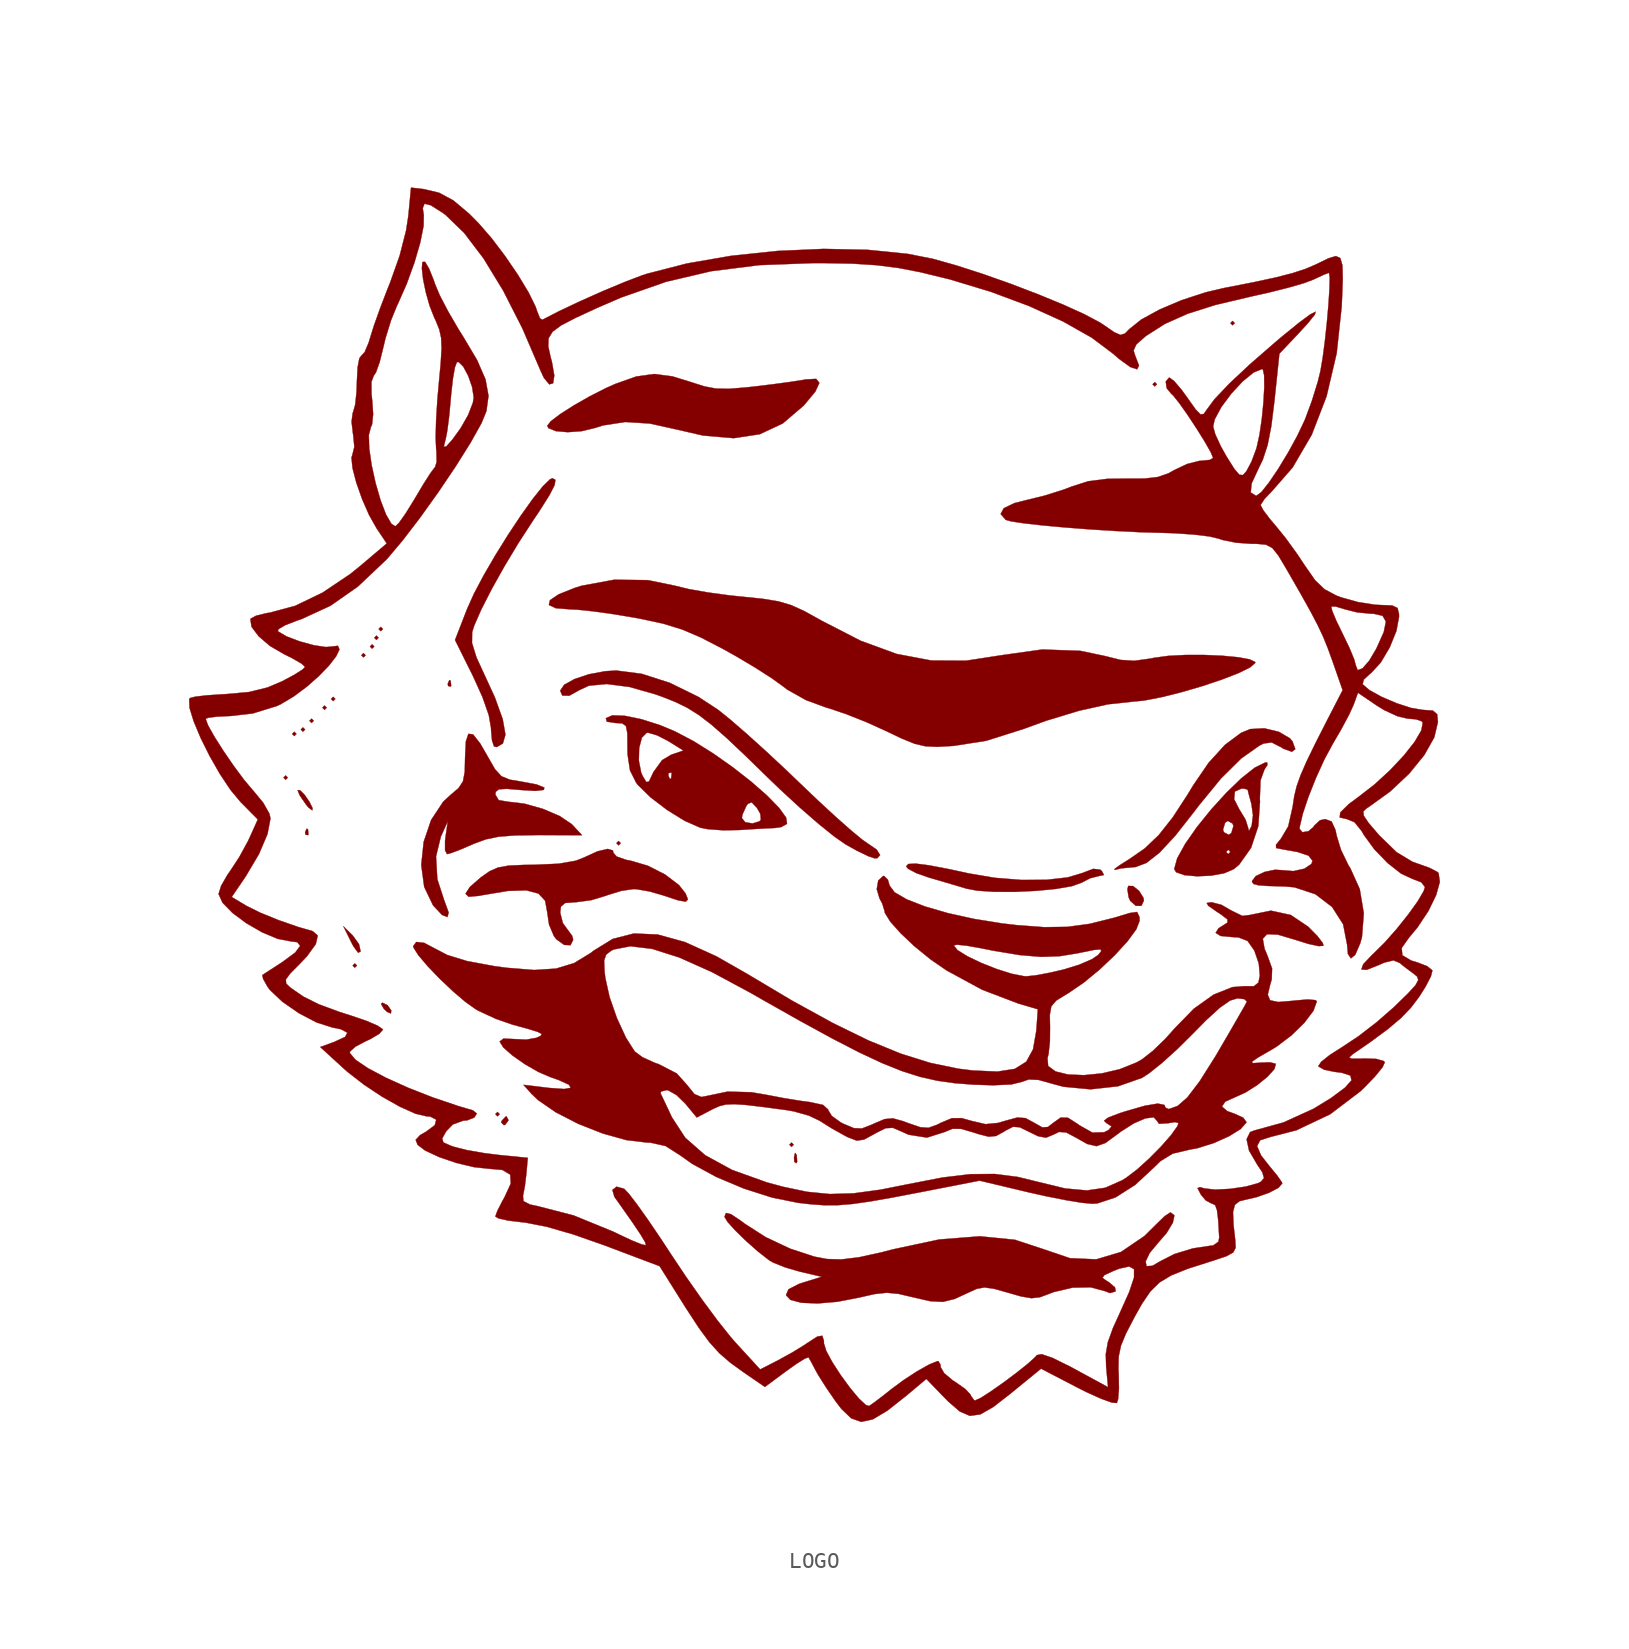
<source format=kicad_sym>
(kicad_symbol_lib
  (version 20220914)
  (generator "bitmap2component")
  (generator_version "8.0")
  (symbol "LOGO"
    (pin_names
      (offset 1.016))
    (property "Reference" "#G"
      (at 0 39.513 0)
      (effects (font (size 1.27 1.27)) hide))
    (symbol "LOGO_0_0"
      (polyline (pts (xy 2.244 -38.328) (xy 3.157 -37.783) (xy 4.347 -36.843) (xy 5.587 -35.802) (xy 6.643 -36.894) (xy 6.951 -37.208) (xy 7.678 -37.837) (xy 8.308 -38.109) (xy 8.964 -38.018) (xy 9.767 -37.56) (xy 10.838 -36.729) (xy 12.758 -35.161) (xy 15.023 -36.338) (xy 15.591 -36.624) (xy 16.507 -37.038) (xy 17.179 -37.28) (xy 17.493 -37.307) (xy 17.572 -37.066) (xy 17.624 -36.404) (xy 17.608 -35.513) (xy 17.592 -35.175) (xy 17.607 -34.407) (xy 17.749 -33.727) (xy 18.071 -32.949) (xy 18.624 -31.888) (xy 19.062 -31.11) (xy 19.587 -30.337) (xy 20.163 -29.77) (xy 20.907 -29.325) (xy 21.937 -28.914) (xy 23.373 -28.454) (xy 23.51 -28.412) (xy 24.336 -28.136) (xy 24.768 -27.899) (xy 24.917 -27.604) (xy 24.896 -27.157) (xy 24.782 -26.148) (xy 24.753 -25.369) (xy 24.869 -24.922) (xy 25.164 -24.693) (xy 25.67 -24.571) (xy 26.217 -24.446) (xy 27.001 -24.17) (xy 27.596 -23.857) (xy 27.832 -23.583) (xy 27.797 -23.496) (xy 27.507 -23.082) (xy 27.021 -22.491) (xy 26.506 -21.833) (xy 26.257 -21.252) (xy 26.45 -20.887) (xy 27.089 -20.681) (xy 28.71 -20.264) (xy 30.818 -19.266) (xy 32.715 -17.828) (xy 32.954 -17.599) (xy 33.641 -16.888) (xy 34.099 -16.324) (xy 34.239 -16.014) (xy 34.172 -15.937) (xy 33.702 -15.802) (xy 32.946 -15.778) (xy 32.736 -15.788) (xy 32.15 -15.789) (xy 32.013 -15.703) (xy 32.251 -15.498) (xy 33.308 -14.769) (xy 34.431 -13.941) (xy 35.256 -13.244) (xy 35.879 -12.594) (xy 36.397 -11.907) (xy 36.786 -11.29) (xy 37.12 -10.643) (xy 37.212 -10.28) (xy 37.208 -10.269) (xy 36.884 -10.006) (xy 36.271 -9.772) (xy 35.888 -9.656) (xy 35.335 -9.325) (xy 35.293 -8.873) (xy 35.739 -8.24) (xy 36.282 -7.587) (xy 36.963 -6.561) (xy 37.446 -5.571) (xy 37.677 -4.74) (xy 37.598 -4.188) (xy 37.52 -4.115) (xy 37.03 -3.861) (xy 36.297 -3.601) (xy 35.973 -3.487) (xy 34.974 -2.884) (xy 33.903 -1.845) (xy 33.859 -1.795) (xy 33.227 -1.057) (xy 32.922 -0.603) (xy 32.896 -0.332) (xy 33.101 -0.142) (xy 33.227 -0.065) (xy 34.57 0.903) (xy 35.756 2.017) (xy 36.704 3.179) (xy 37.332 4.291) (xy 37.559 5.254) (xy 37.51 5.736) (xy 37.246 5.962) (xy 36.605 6.009) (xy 36.596 6.009) (xy 35.885 6.128) (xy 34.974 6.425) (xy 34.044 6.823) (xy 33.277 7.245) (xy 32.852 7.612) (xy 32.928 7.905) (xy 33.343 8.286) (xy 33.394 8.322) (xy 33.987 8.967) (xy 34.547 9.913) (xy 34.964 10.94) (xy 35.128 11.83) (xy 35.125 12.004) (xy 35.033 12.378) (xy 34.701 12.533) (xy 33.979 12.562) (xy 33.62 12.579) (xy 32.553 12.748) (xy 31.514 13.038) (xy 31.222 13.149) (xy 30.479 13.541) (xy 29.882 14.111) (xy 29.249 15.019) (xy 28.788 15.715) (xy 28.051 16.733) (xy 27.391 17.549) (xy 27.073 17.921) (xy 26.648 18.481) (xy 26.481 18.798) (xy 26.486 18.831) (xy 26.721 19.188) (xy 27.195 19.685) (xy 28.48 21.157) (xy 29.672 23.198) (xy 30.599 25.601) (xy 31.231 28.294) (xy 31.543 31.204) (xy 31.562 31.616) (xy 31.611 32.931) (xy 31.59 33.783) (xy 31.459 34.24) (xy 31.184 34.368) (xy 30.727 34.233) (xy 30.05 33.903) (xy 29.939 33.848) (xy 29.281 33.566) (xy 28.472 33.302) (xy 27.417 33.031) (xy 26.02 32.73) (xy 24.184 32.371) (xy 23.04 32.102) (xy 21.549 31.615) (xy 20.161 31.027) (xy 19.018 30.401) (xy 18.265 29.798) (xy 18.001 29.53) (xy 17.726 29.438) (xy 17.332 29.609) (xy 16.66 30.072) (xy 16.421 30.227) (xy 15.465 30.734) (xy 14.144 31.333) (xy 12.57 31.981) (xy 10.856 32.636) (xy 9.113 33.252) (xy 7.453 33.787) (xy 5.99 34.198) (xy 4.414 34.508) (xy 1.925 34.759) (xy -0.832 34.817) (xy -3.725 34.689) (xy -6.619 34.383) (xy -9.382 33.904) (xy -11.878 33.261) (xy -12.185 33.159) (xy -13.284 32.741) (xy -14.628 32.179) (xy -16.045 31.548) (xy -17.363 30.926) (xy -18.41 30.387) (xy -18.559 30.48) (xy -18.739 30.931) (xy -18.835 31.217) (xy -19.267 32.092) (xy -19.927 33.184) (xy -20.726 34.357) (xy -21.576 35.479) (xy -22.386 36.414) (xy -22.987 37.02) (xy -23.968 37.844) (xy -24.864 38.327) (xy -25.805 38.55) (xy -26.616 38.646) (xy -26.785 36.871) (xy -26.923 35.968) (xy -27.328 34.388) (xy -27.914 32.738) (xy -28.087 32.307) (xy -28.547 31.107) (xy -28.933 30.027) (xy -29.174 29.256) (xy -29.26 28.967) (xy -29.511 28.369) (xy -29.734 28.131) (xy -29.847 27.974) (xy -29.955 27.404) (xy -29.998 26.561) (xy -30.02 25.89) (xy -30.105 25.085) (xy -30.233 24.621) (xy -30.26 24.569) (xy -30.332 24.015) (xy -30.244 23.265) (xy -30.231 23.203) (xy -30.159 22.446) (xy -30.276 21.971) (xy -30.337 21.768) (xy -30.272 21.119) (xy -30.036 20.211) (xy -29.675 19.185) (xy -29.238 18.186) (xy -28.769 17.356) (xy -28.133 16.409) (xy -29.806 14.99) (xy -30.411 14.501) (xy -32.148 13.334) (xy -33.86 12.509) (xy -35.423 12.088) (xy -35.638 12.055) (xy -36.297 11.894) (xy -36.632 11.715) (xy -36.654 11.669) (xy -36.583 11.201) (xy -36.142 10.61) (xy -35.433 10.004) (xy -34.555 9.491) (xy -34.038 9.236) (xy -33.461 8.901) (xy -33.236 8.693) (xy -33.387 8.536) (xy -33.91 8.203) (xy -34.677 7.794) (xy -35.581 7.41) (xy -36.748 7.123) (xy -38.197 6.993) (xy -38.407 6.983) (xy -39.382 6.917) (xy -40.105 6.833) (xy -40.431 6.748) (xy -40.48 6.662) (xy -40.456 6.13) (xy -40.246 5.446) (xy -39.45 5.446) (xy -39.293 5.516) (xy -38.727 5.588) (xy -37.89 5.627) (xy -36.507 5.784) (xy -34.986 6.254) (xy -34.761 6.361) (xy -33.942 6.849) (xy -33.126 7.458) (xy -32.373 8.123) (xy -31.742 8.777) (xy -31.294 9.354) (xy -31.088 9.787) (xy -31.184 10.012) (xy -31.641 9.96) (xy -31.936 9.935) (xy -32.681 10.045) (xy -33.572 10.288) (xy -34.396 10.601) (xy -34.942 10.924) (xy -34.896 11.056) (xy -34.465 11.308) (xy -33.726 11.593) (xy -33.443 11.689) (xy -31.65 12.515) (xy -29.936 13.715) (xy -28.191 15.365) (xy -28.054 15.511) (xy -27.125 16.614) (xy -26.045 18.026) (xy -24.914 19.606) (xy -23.832 21.212) (xy -22.897 22.701) (xy -22.209 23.932) (xy -21.905 24.678) (xy -21.774 25.63) (xy -21.96 26.659) (xy -22.486 27.869) (xy -23.372 29.36) (xy -23.656 29.811) (xy -24.299 30.915) (xy -24.819 31.914) (xy -25.123 32.638) (xy -25.201 32.873) (xy -25.487 33.583) (xy -25.736 34.003) (xy -25.742 34.009) (xy -25.906 33.999) (xy -25.938 33.593) (xy -25.86 32.917) (xy -25.691 32.098) (xy -25.453 31.259) (xy -25.166 30.527) (xy -25.063 30.31) (xy -24.849 29.78) (xy -24.734 29.255) (xy -24.707 28.597) (xy -24.761 27.671) (xy -24.886 26.339) (xy -24.969 25.395) (xy -25.048 24.106) (xy -25.077 23.029) (xy -25.052 22.449) (xy -24.572 22.449) (xy -24.471 22.861) (xy -24.454 22.912) (xy -24.346 23.475) (xy -24.23 24.384) (xy -24.131 25.465) (xy -24.11 25.714) (xy -24 26.699) (xy -23.872 27.421) (xy -23.75 27.74) (xy -23.643 27.748) (xy -23.349 27.458) (xy -23.041 26.88) (xy -22.797 26.182) (xy -22.698 25.531) (xy -22.75 25.204) (xy -23.048 24.433) (xy -23.521 23.606) (xy -24.025 22.907) (xy -24.413 22.472) (xy -24.572 22.449) (xy -25.052 22.449) (xy -25.047 22.329) (xy -25.027 22.15) (xy -25.015 21.503) (xy -25.114 21.176) (xy -25.135 21.16) (xy -25.396 20.813) (xy -25.828 20.139) (xy -26.35 19.264) (xy -26.446 19.101) (xy -26.957 18.278) (xy -27.367 17.699) (xy -27.595 17.48) (xy -27.837 17.632) (xy -28.177 18.212) (xy -28.518 19.104) (xy -28.829 20.178) (xy -29.077 21.304) (xy -29.229 22.35) (xy -29.255 23.187) (xy -29.122 23.685) (xy -29.051 23.843) (xy -28.983 24.483) (xy -29.043 25.362) (xy -29.084 25.722) (xy -29.092 26.502) (xy -28.952 26.877) (xy -28.805 27.101) (xy -28.576 27.74) (xy -28.359 28.614) (xy -28.213 29.228) (xy -27.866 30.354) (xy -27.493 31.267) (xy -27.434 31.386) (xy -26.882 32.64) (xy -26.403 33.961) (xy -26.039 35.211) (xy -25.831 36.25) (xy -25.82 36.939) (xy -25.883 37.358) (xy -25.776 37.64) (xy -25.382 37.544) (xy -24.644 37.076) (xy -24.458 36.938) (xy -23.297 35.816) (xy -22.086 34.222) (xy -20.861 32.215) (xy -19.659 29.854) (xy -18.516 27.195) (xy -18.312 26.755) (xy -17.976 26.352) (xy -17.739 26.418) (xy -17.663 26.903) (xy -17.811 27.757) (xy -17.896 28.07) (xy -18.041 28.733) (xy -18.021 29.23) (xy -17.77 29.641) (xy -17.224 30.043) (xy -16.315 30.514) (xy -14.98 31.131) (xy -13.48 31.779) (xy -10.679 32.76) (xy -7.85 33.424) (xy -4.838 33.803) (xy -1.486 33.929) (xy -0.833 33.929) (xy 0.989 33.895) (xy 2.492 33.798) (xy 3.844 33.625) (xy 5.213 33.361) (xy 7.073 32.907) (xy 9.618 32.137) (xy 12.005 31.247) (xy 14.138 30.278) (xy 15.923 29.269) (xy 17.265 28.262) (xy 17.628 27.944) (xy 18.332 27.434) (xy 18.761 27.293) (xy 18.878 27.526) (xy 18.643 28.134) (xy 18.54 28.464) (xy 18.706 28.842) (xy 19.266 29.337) (xy 19.337 29.391) (xy 20.497 30.13) (xy 21.905 30.759) (xy 23.658 31.315) (xy 25.854 31.834) (xy 26.985 32.087) (xy 28.21 32.395) (xy 29.193 32.68) (xy 29.789 32.903) (xy 29.866 32.941) (xy 30.441 33.21) (xy 30.748 33.32) (xy 30.756 33.318) (xy 30.797 33.02) (xy 30.78 32.319) (xy 30.717 31.34) (xy 30.618 30.211) (xy 30.494 29.057) (xy 30.355 28.003) (xy 30.214 27.175) (xy 30.048 26.504) (xy 29.681 25.319) (xy 29.261 24.186) (xy 29.22 24.087) (xy 28.761 23.122) (xy 28.19 22.08) (xy 27.579 21.073) (xy 26.998 20.214) (xy 26.52 19.616) (xy 26.216 19.391) (xy 26.181 19.392) (xy 25.859 19.594) (xy 25.916 20.16) (xy 26.352 21.102) (xy 26.618 21.65) (xy 26.913 22.55) (xy 27.143 23.72) (xy 27.34 25.297) (xy 27.65 28.268) (xy 28.822 29.506) (xy 29.433 30.172) (xy 29.869 30.713) (xy 29.914 30.895) (xy 29.574 30.721) (xy 28.859 30.191) (xy 27.775 29.308) (xy 27.421 29.009) (xy 25.8 27.597) (xy 24.513 26.39) (xy 23.595 25.423) (xy 23.084 24.733) (xy 22.93 24.504) (xy 22.727 24.473) (xy 22.423 24.779) (xy 21.922 25.485) (xy 21.534 26.02) (xy 21.075 26.558) (xy 20.793 26.766) (xy 20.744 26.761) (xy 20.549 26.525) (xy 20.61 26.107) (xy 20.901 25.755) (xy 21.017 25.65) (xy 21.403 25.165) (xy 21.921 24.43) (xy 22.387 23.724) (xy 23.509 23.724) (xy 23.613 24.17) (xy 24.027 24.938) (xy 24.648 25.772) (xy 25.358 26.537) (xy 26.041 27.095) (xy 26.58 27.312) (xy 26.617 27.291) (xy 26.698 26.919) (xy 26.707 26.184) (xy 26.654 25.225) (xy 26.55 24.179) (xy 26.403 23.186) (xy 26.225 22.383) (xy 26.205 22.317) (xy 25.907 21.519) (xy 25.583 20.913) (xy 25.371 20.682) (xy 25.151 20.7) (xy 24.846 21.056) (xy 24.364 21.817) (xy 23.997 22.47) (xy 23.645 23.23) (xy 23.509 23.724) (xy 22.387 23.724) (xy 22.48 23.583) (xy 22.991 22.762) (xy 23.364 22.105) (xy 23.509 21.752) (xy 23.305 21.631) (xy 22.765 21.575) (xy 22.648 21.569) (xy 21.882 21.375) (xy 21.081 20.994) (xy 20.713 20.79) (xy 20.067 20.565) (xy 19.237 20.465) (xy 18.048 20.46) (xy 16.895 20.448) (xy 15.705 20.297) (xy 14.666 19.964) (xy 14.154 19.769) (xy 12.973 19.397) (xy 11.822 19.115) (xy 11.098 18.932) (xy 10.425 18.611) (xy 10.232 18.251) (xy 10.548 17.883) (xy 10.889 17.788) (xy 11.693 17.667) (xy 12.845 17.538) (xy 14.243 17.41) (xy 15.785 17.291) (xy 17.371 17.189) (xy 18.898 17.114) (xy 20.266 17.074) (xy 21.099 17.048) (xy 22.302 16.965) (xy 23.276 16.847) (xy 23.864 16.707) (xy 24.084 16.63) (xy 24.945 16.456) (xy 25.901 16.387) (xy 26.241 16.385) (xy 26.812 16.332) (xy 27.211 16.123) (xy 27.587 15.653) (xy 28.086 14.817) (xy 28.15 14.707) (xy 28.985 13.253) (xy 29.422 12.47) (xy 30.892 12.47) (xy 31.173 12.466) (xy 31.73 12.298) (xy 32.5 12.103) (xy 33.389 12.017) (xy 33.546 12.014) (xy 34.102 11.888) (xy 34.308 11.529) (xy 34.173 10.868) (xy 33.709 9.835) (xy 33.264 9.082) (xy 32.846 8.604) (xy 32.543 8.488) (xy 32.425 8.793) (xy 32.324 9.169) (xy 32.028 9.886) (xy 31.605 10.763) (xy 31.212 11.571) (xy 30.952 12.192) (xy 30.892 12.47) (xy 29.422 12.47) (xy 29.6 12.151) (xy 30.051 11.291) (xy 30.392 10.564) (xy 30.678 9.859) (xy 30.965 9.067) (xy 31.603 7.238) (xy 30.898 5.872) (xy 30.652 5.396) (xy 29.896 3.909) (xy 29.349 2.783) (xy 28.974 1.923) (xy 28.73 1.235) (xy 28.581 0.625) (xy 28.486 0) (xy 28.479 -0.054) (xy 28.203 -1.273) (xy 27.753 -2.033) (xy 27.437 -2.425) (xy 27.449 -2.625) (xy 27.497 -2.636) (xy 27.986 -2.731) (xy 28.71 -2.858) (xy 28.787 -2.872) (xy 29.471 -3.101) (xy 29.723 -3.421) (xy 29.653 -3.619) (xy 29.211 -3.917) (xy 28.528 -4.067) (xy 27.8 -4.009) (xy 27.381 -3.982) (xy 26.727 -4.117) (xy 26.174 -4.379) (xy 25.94 -4.687) (xy 25.943 -4.733) (xy 26.03 -4.869) (xy 26.325 -4.95) (xy 26.937 -4.996) (xy 27.979 -5.025) (xy 28.585 -5.078) (xy 29.898 -5.51) (xy 30.943 -6.307) (xy 31.634 -7.388) (xy 31.884 -8.671) (xy 31.934 -9.245) (xy 32.119 -9.524) (xy 32.392 -9.298) (xy 32.706 -8.571) (xy 32.812 -8.184) (xy 32.926 -6.704) (xy 32.674 -5.194) (xy 32.09 -3.897) (xy 31.959 -3.687) (xy 31.5 -2.74) (xy 31.227 -1.844) (xy 31.151 -1.48) (xy 30.911 -0.964) (xy 30.513 -0.819) (xy 30.188 -0.889) (xy 29.821 -1.229) (xy 29.782 -1.309) (xy 29.46 -1.577) (xy 29.09 -1.637) (xy 28.915 -1.434) (xy 28.926 -1.282) (xy 29.109 -0.494) (xy 29.467 0.573) (xy 29.939 1.761) (xy 30.463 2.911) (xy 30.977 3.865) (xy 30.986 3.88) (xy 31.545 4.842) (xy 32.013 5.721) (xy 32.29 6.33) (xy 32.561 7.079) (xy 33.75 6.271) (xy 34.196 5.997) (xy 35.022 5.613) (xy 35.664 5.462) (xy 36.187 5.419) (xy 36.558 5.291) (xy 36.61 5.201) (xy 36.52 4.723) (xy 36.103 4.013) (xy 35.428 3.157) (xy 34.566 2.239) (xy 33.589 1.342) (xy 32.568 0.551) (xy 31.994 0.127) (xy 31.457 -0.399) (xy 31.418 -0.714) (xy 31.878 -0.819) (xy 32.342 -1.01) (xy 32.797 -1.571) (xy 32.928 -1.806) (xy 33.587 -2.708) (xy 34.411 -3.56) (xy 35.252 -4.221) (xy 35.962 -4.552) (xy 36.515 -4.766) (xy 36.749 -5.062) (xy 36.669 -5.316) (xy 36.299 -5.946) (xy 35.709 -6.769) (xy 34.993 -7.666) (xy 34.243 -8.517) (xy 33.553 -9.201) (xy 33.45 -9.294) (xy 32.888 -9.889) (xy 32.774 -10.212) (xy 33.098 -10.239) (xy 33.85 -9.943) (xy 34.211 -9.782) (xy 34.783 -9.645) (xy 35.167 -9.805) (xy 35.473 -10.055) (xy 36.059 -10.492) (xy 36.26 -10.657) (xy 36.33 -10.873) (xy 36.161 -11.191) (xy 35.699 -11.699) (xy 34.892 -12.487) (xy 34.788 -12.586) (xy 33.735 -13.505) (xy 32.595 -14.385) (xy 31.6 -15.046) (xy 31.577 -15.06) (xy 30.794 -15.561) (xy 30.258 -15.989) (xy 30.085 -16.251) (xy 30.098 -16.278) (xy 30.451 -16.481) (xy 31.095 -16.611) (xy 31.552 -16.669) (xy 32.089 -16.845) (xy 32.159 -17.139) (xy 31.756 -17.594) (xy 30.875 -18.251) (xy 29.785 -18.918) (xy 27.907 -19.773) (xy 26.076 -20.277) (xy 25.821 -20.377) (xy 25.602 -20.823) (xy 25.754 -21.531) (xy 26.27 -22.419) (xy 26.582 -22.883) (xy 26.691 -23.25) (xy 26.487 -23.484) (xy 26.306 -23.573) (xy 25.546 -23.782) (xy 24.575 -23.924) (xy 23.636 -23.972) (xy 22.967 -23.898) (xy 22.693 -23.819) (xy 22.534 -23.879) (xy 22.746 -24.284) (xy 23.046 -24.645) (xy 23.438 -24.854) (xy 23.458 -24.854) (xy 23.635 -24.94) (xy 23.751 -25.25) (xy 23.829 -25.891) (xy 23.891 -26.971) (xy 23.84 -27.228) (xy 23.509 -27.463) (xy 23.416 -27.468) (xy 22.248 -27.644) (xy 21.09 -27.997) (xy 20.206 -28.447) (xy 19.714 -28.734) (xy 19.349 -28.757) (xy 19.291 -28.463) (xy 19.545 -27.932) (xy 20.117 -27.244) (xy 20.608 -26.677) (xy 20.993 -26.04) (xy 21.089 -25.578) (xy 20.853 -25.4) (xy 20.821 -25.405) (xy 20.467 -25.642) (xy 19.975 -26.121) (xy 19.22 -26.869) (xy 17.752 -27.868) (xy 16.208 -28.329) (xy 14.565 -28.257) (xy 12.801 -27.659) (xy 11.122 -27.106) (xy 8.934 -26.889) (xy 6.398 -27.087) (xy 3.513 -27.702) (xy 2.797 -27.888) (xy 1.371 -28.201) (xy 0.271 -28.335) (xy -0.628 -28.308) (xy -1.413 -28.159) (xy -2.924 -27.661) (xy -4.452 -26.941) (xy -5.764 -26.1) (xy -5.99 -25.928) (xy -6.614 -25.51) (xy -6.935 -25.433) (xy -7.026 -25.674) (xy -6.838 -25.986) (xy -6.348 -26.529) (xy -5.672 -27.187) (xy -4.928 -27.844) (xy -4.236 -28.386) (xy -3.984 -28.53) (xy -3.223 -28.835) (xy -2.315 -29.098) (xy -0.946 -29.418) (xy -2.105 -29.777) (xy -2.389 -29.872) (xy -3.029 -30.203) (xy -3.184 -30.568) (xy -2.912 -30.859) (xy -2.212 -31.044) (xy -1.196 -31.085) (xy 0.031 -30.98) (xy 1.358 -30.724) (xy 2.351 -30.499) (xy 3.116 -30.416) (xy 3.849 -30.486) (xy 4.796 -30.708) (xy 5.835 -30.945) (xy 6.618 -30.987) (xy 7.357 -30.805) (xy 8.287 -30.376) (xy 8.739 -30.172) (xy 9.214 -30.084) (xy 9.809 -30.166) (xy 10.719 -30.421) (xy 11.497 -30.644) (xy 12.155 -30.757) (xy 12.685 -30.698) (xy 13.299 -30.471) (xy 13.557 -30.371) (xy 14.726 -30.098) (xy 15.865 -30.077) (xy 16.755 -30.317) (xy 17.07 -30.438) (xy 17.42 -30.331) (xy 17.377 -30.08) (xy 16.987 -29.75) (xy 16.881 -29.692) (xy 16.595 -29.488) (xy 16.711 -29.315) (xy 17.278 -29.055) (xy 17.654 -28.907) (xy 18.267 -28.774) (xy 18.569 -28.946) (xy 18.567 -29.463) (xy 18.267 -30.365) (xy 17.674 -31.689) (xy 17.25 -32.621) (xy 16.93 -33.51) (xy 16.803 -34.251) (xy 16.823 -35.024) (xy 16.943 -36.318) (xy 14.815 -35.161) (xy 14.554 -35.021) (xy 13.472 -34.487) (xy 12.794 -34.256) (xy 12.49 -34.317) (xy 12.39 -34.438) (xy 11.92 -34.862) (xy 11.213 -35.426) (xy 10.4 -36.033) (xy 9.614 -36.586) (xy 8.986 -36.989) (xy 8.646 -37.144) (xy 8.576 -37.134) (xy 8.377 -36.862) (xy 8.354 -36.788) (xy 8.026 -36.434) (xy 7.431 -36.016) (xy 7.233 -35.889) (xy 6.699 -35.438) (xy 6.485 -35.069) (xy 6.471 -34.907) (xy 6.337 -34.686) (xy 6.281 -34.692) (xy 5.776 -34.895) (xy 5.022 -35.318) (xy 4.172 -35.87) (xy 3.378 -36.459) (xy 2.99 -36.769) (xy 2.376 -37.239) (xy 2.011 -37.495) (xy 1.809 -37.432) (xy 1.373 -37.025) (xy 0.821 -36.362) (xy 0.238 -35.566) (xy -0.286 -34.756) (xy -0.665 -34.055) (xy -0.811 -33.584) (xy -0.815 -33.407) (xy -0.916 -33.103) (xy -1.227 -33.154) (xy -1.85 -33.558) (xy -2.024 -33.677) (xy -2.814 -34.162) (xy -3.682 -34.639) (xy -4.797 -35.209) (xy -6.35 -33.514) (xy -6.652 -33.168) (xy -7.455 -32.158) (xy -8.405 -30.875) (xy -9.408 -29.448) (xy -10.37 -28.006) (xy -10.961 -27.104) (xy -11.771 -25.908) (xy -12.47 -24.923) (xy -12.998 -24.233) (xy -13.295 -23.919) (xy -13.77 -23.788) (xy -14.031 -23.991) (xy -13.906 -24.425) (xy -13.627 -24.816) (xy -12.799 -25.992) (xy -12.261 -26.794) (xy -11.983 -27.264) (xy -11.937 -27.451) (xy -12.205 -27.394) (xy -12.822 -27.144) (xy -13.652 -26.755) (xy -13.977 -26.597) (xy -16.456 -25.584) (xy -18.726 -24.998) (xy -19.174 -24.904) (xy -19.586 -24.694) (xy -19.62 -24.361) (xy -19.614 -24.34) (xy -19.498 -23.732) (xy -19.404 -22.942) (xy -19.32 -21.986) (xy -21.138 -21.804) (xy -22.063 -21.688) (xy -23.125 -21.502) (xy -23.902 -21.307) (xy -24.108 -21.238) (xy -24.594 -21.025) (xy -24.669 -20.775) (xy -24.417 -20.328) (xy -24.003 -19.899) (xy -23.358 -19.665) (xy -23.095 -19.64) (xy -22.657 -19.463) (xy -22.504 -19.215) (xy -22.748 -19.017) (xy -23.651 -18.753) (xy -25.261 -18.208) (xy -26.799 -17.605) (xy -28.176 -16.983) (xy -29.302 -16.386) (xy -30.088 -15.855) (xy -30.443 -15.431) (xy -30.426 -15.34) (xy -30.087 -15.035) (xy -29.45 -14.7) (xy -29.168 -14.571) (xy -28.599 -14.235) (xy -28.372 -13.976) (xy -28.381 -13.948) (xy -28.703 -13.726) (xy -29.396 -13.428) (xy -30.331 -13.108) (xy -31.113 -12.859) (xy -32.379 -12.39) (xy -33.342 -11.91) (xy -34.155 -11.348) (xy -34.419 -11.097) (xy -34.44 -10.844) (xy -34.166 -10.467) (xy -33.547 -9.841) (xy -33.117 -9.39) (xy -32.568 -8.632) (xy -32.445 -8.096) (xy -32.763 -7.818) (xy -33.664 -7.559) (xy -34.896 -7.13) (xy -36.044 -6.663) (xy -36.889 -6.243) (xy -37.822 -5.686) (xy -37 -4.479) (xy -36.935 -4.382) (xy -36.115 -2.997) (xy -35.586 -1.754) (xy -35.398 -0.77) (xy -35.47 -0.468) (xy -35.852 0.206) (xy -36.462 0.946) (xy -36.511 0.997) (xy -37.058 1.65) (xy -37.695 2.507) (xy -38.337 3.443) (xy -38.9 4.329) (xy -39.299 5.04) (xy -39.45 5.446) (xy -40.246 5.446) (xy -40.198 5.289) (xy -39.761 4.248) (xy -39.197 3.115) (xy -38.559 1.999) (xy -37.9 1.01) (xy -37.273 0.256) (xy -36.191 -0.837) (xy -36.71 -1.989) (xy -36.809 -2.199) (xy -37.354 -3.198) (xy -37.935 -4.082) (xy -38.095 -4.308) (xy -38.485 -4.99) (xy -38.641 -5.491) (xy -38.64 -5.505) (xy -38.393 -6.048) (xy -37.77 -6.684) (xy -36.901 -7.328) (xy -35.916 -7.896) (xy -34.944 -8.302) (xy -34.114 -8.461) (xy -33.728 -8.507) (xy -33.542 -8.739) (xy -33.853 -9.156) (xy -34.655 -9.749) (xy -35.067 -10.016) (xy -35.639 -10.387) (xy -35.907 -10.563) (xy -35.86 -10.799) (xy -35.588 -11.288) (xy -35.433 -11.497) (xy -34.658 -12.23) (xy -33.622 -12.948) (xy -32.523 -13.524) (xy -31.56 -13.833) (xy -30.992 -13.953) (xy -30.595 -14.166) (xy -30.735 -14.427) (xy -31.412 -14.741) (xy -32.291 -15.06) (xy -30.809 -16.417) (xy -30.595 -16.607) (xy -29.571 -17.405) (xy -28.432 -18.16) (xy -27.308 -18.793) (xy -26.335 -19.229) (xy -25.643 -19.391) (xy -25.413 -19.406) (xy -25.041 -19.6) (xy -25.131 -19.946) (xy -25.68 -20.353) (xy -26.05 -20.565) (xy -26.325 -20.862) (xy -26.205 -21.173) (xy -25.734 -21.53) (xy -24.857 -21.94) (xy -23.78 -22.305) (xy -22.68 -22.568) (xy -21.734 -22.669) (xy -20.911 -22.742) (xy -20.417 -23.033) (xy -20.381 -23.59) (xy -20.778 -24.457) (xy -20.904 -24.678) (xy -21.22 -25.296) (xy -21.347 -25.651) (xy -21.143 -25.773) (xy -20.533 -25.908) (xy -19.658 -26.013) (xy -19.457 -26.034) (xy -18.148 -26.289) (xy -16.473 -26.772) (xy -14.525 -27.455) (xy -11.082 -28.755) (xy -9.692 -30.969) (xy -9.433 -31.381) (xy -8.632 -32.607) (xy -7.971 -33.506) (xy -7.351 -34.192) (xy -6.671 -34.782) (xy -5.83 -35.389) (xy -4.5 -36.302) (xy -3.183 -35.325) (xy -2.571 -34.889) (xy -2.024 -34.542) (xy -1.78 -34.449) (xy -1.63 -34.7) (xy -1.351 -35.232) (xy -1.145 -35.598) (xy -0.655 -36.37) (xy -0.075 -37.212) (xy 0.274 -37.669) (xy 0.891 -38.264) (xy 1.518 -38.486) (xy 2.244 -38.328)) (stroke (width 0.01) (type default)) (fill (type outline)))
      (polyline (pts (xy 0.041 -24.946) (xy 0.958 -24.871) (xy 2.072 -24.713) (xy 3.495 -24.462) (xy 5.336 -24.11) (xy 8.915 -23.411) (xy 11.956 -24.135) (xy 13.033 -24.377) (xy 14.283 -24.626) (xy 15.314 -24.794) (xy 15.972 -24.856) (xy 16.276 -24.834) (xy 17.409 -24.461) (xy 18.639 -23.677) (xy 19.861 -22.544) (xy 20.217 -22.193) (xy 20.986 -21.721) (xy 22.022 -21.478) (xy 22.568 -21.372) (xy 23.568 -21.056) (xy 24.509 -20.634) (xy 25.235 -20.183) (xy 25.59 -19.775) (xy 25.595 -19.752) (xy 25.393 -19.477) (xy 24.848 -19.229) (xy 24.392 -19.064) (xy 24.061 -18.78) (xy 24.267 -18.475) (xy 25.01 -18.14) (xy 25.547 -17.896) (xy 26.269 -17.437) (xy 26.911 -16.915) (xy 27.341 -16.439) (xy 27.429 -16.118) (xy 27.418 -16.105) (xy 27.062 -16.016) (xy 26.425 -16.038) (xy 26.345 -16.048) (xy 25.968 -16.068) (xy 25.942 -15.974) (xy 26.311 -15.719) (xy 27.116 -15.256) (xy 27.481 -15.034) (xy 28.41 -14.33) (xy 29.214 -13.544) (xy 29.78 -12.794) (xy 29.994 -12.201) (xy 29.902 -12.129) (xy 29.417 -12.088) (xy 28.655 -12.152) (xy 28.537 -12.168) (xy 27.583 -12.248) (xy 27.07 -12.139) (xy 26.925 -11.792) (xy 27.074 -11.163) (xy 27.168 -10.847) (xy 27.195 -10.157) (xy 26.908 -9.354) (xy 26.722 -8.914) (xy 26.614 -8.295) (xy 26.882 -8.008) (xy 27.554 -8.037) (xy 28.66 -8.364) (xy 29.45 -8.613) (xy 30.105 -8.755) (xy 30.404 -8.732) (xy 30.365 -8.569) (xy 30.027 -8.122) (xy 29.45 -7.54) (xy 28.366 -6.81) (xy 27.122 -6.539) (xy 25.805 -6.809) (xy 25.339 -6.868) (xy 24.62 -6.517) (xy 24.032 -6.174) (xy 23.404 -6.013) (xy 23.109 -6.059) (xy 23.207 -6.232) (xy 23.738 -6.604) (xy 24.004 -6.777) (xy 24.403 -7.085) (xy 24.408 -7.284) (xy 24.067 -7.501) (xy 23.852 -7.635) (xy 23.668 -7.926) (xy 23.981 -8.122) (xy 24.762 -8.194) (xy 25.093 -8.209) (xy 25.662 -8.429) (xy 26.085 -9.031) (xy 26.086 -9.033) (xy 26.363 -9.839) (xy 26.43 -10.601) (xy 26.34 -11.032) (xy 26.062 -11.258) (xy 25.433 -11.26) (xy 24.716 -11.317) (xy 23.536 -11.788) (xy 22.299 -12.67) (xy 21.093 -13.909) (xy 20.527 -14.543) (xy 19.734 -15.309) (xy 19.067 -15.83) (xy 18.716 -16.029) (xy 17.675 -16.446) (xy 16.548 -16.709) (xy 15.435 -16.819) (xy 14.439 -16.778) (xy 13.661 -16.587) (xy 13.2 -16.247) (xy 13.159 -15.758) (xy 13.224 -15.5) (xy 13.31 -14.706) (xy 13.318 -13.769) (xy 13.302 -13.063) (xy 13.395 -12.521) (xy 13.71 -12.155) (xy 14.353 -11.759) (xy 14.469 -11.691) (xy 15.425 -11.037) (xy 16.423 -10.214) (xy 17.368 -9.32) (xy 18.163 -8.45) (xy 18.711 -7.702) (xy 18.915 -7.175) (xy 18.906 -6.929) (xy 18.758 -6.622) (xy 18.307 -6.684) (xy 17.356 -6.973) (xy 15.806 -7.36) (xy 14.411 -7.551) (xy 12.953 -7.571) (xy 11.214 -7.441) (xy 10.348 -7.34) (xy 8.584 -7.057) (xy 6.944 -6.695) (xy 5.513 -6.28) (xy 4.372 -5.837) (xy 3.604 -5.393) (xy 3.291 -4.973) (xy 3.183 -4.602) (xy 2.945 -4.37) (xy 2.884 -4.376) (xy 2.581 -4.657) (xy 2.49 -5.198) (xy 2.659 -5.768) (xy 2.84 -6.113) (xy 2.972 -6.553) (xy 2.997 -6.678) (xy 3.331 -7.221) (xy 3.98 -7.95) (xy 4.784 -8.707) (xy 7.296 -8.707) (xy 7.51 -8.667) (xy 8.119 -8.729) (xy 8.985 -8.883) (xy 9.806 -9.047) (xy 11.439 -9.316) (xy 12.764 -9.426) (xy 13.924 -9.384) (xy 15.065 -9.198) (xy 15.247 -9.159) (xy 16.068 -8.993) (xy 16.465 -8.957) (xy 16.523 -9.057) (xy 16.333 -9.303) (xy 15.932 -9.575) (xy 15.145 -9.915) (xy 14.182 -10.213) (xy 13.311 -10.415) (xy 12.416 -10.582) (xy 11.834 -10.642) (xy 11.694 -10.634) (xy 10.925 -10.483) (xy 9.987 -10.186) (xy 9.016 -9.801) (xy 8.152 -9.387) (xy 7.533 -9.003) (xy 7.296 -8.707) (xy 4.784 -8.707) (xy 4.852 -8.771) (xy 5.855 -9.586) (xy 6.859 -10.278) (xy 9.071 -11.479) (xy 11.345 -12.345) (xy 12.557 -12.7) (xy 12.468 -13.927) (xy 12.458 -14.053) (xy 12.256 -15.203) (xy 11.832 -15.979) (xy 11.114 -16.427) (xy 10.031 -16.595) (xy 8.512 -16.529) (xy 7.577 -16.414) (xy 5.834 -16.052) (xy 3.988 -15.474) (xy 1.977 -14.651) (xy -0.261 -13.558) (xy -2.789 -12.168) (xy -5.669 -10.454) (xy -7.537 -9.389) (xy -9.497 -8.501) (xy -11.201 -8.03) (xy -12.691 -7.966) (xy -14.012 -8.306) (xy -15.207 -9.041) (xy -15.396 -9.19) (xy -16.166 -9.659) (xy -14.55 -9.659) (xy -14.421 -9.283) (xy -14.1 -9.04) (xy -13.945 -8.964) (xy -12.905 -8.762) (xy -11.547 -8.927) (xy -9.855 -9.464) (xy -7.813 -10.377) (xy -5.404 -11.672) (xy -4.663 -12.096) (xy -2.29 -13.436) (xy -0.295 -14.526) (xy 1.387 -15.394) (xy 2.82 -16.065) (xy 4.069 -16.566) (xy 5.2 -16.925) (xy 6.278 -17.168) (xy 7.367 -17.321) (xy 8.533 -17.412) (xy 9.764 -17.451) (xy 10.907 -17.398) (xy 11.568 -17.234) (xy 11.988 -17.087) (xy 12.602 -17.116) (xy 13.521 -17.372) (xy 14.156 -17.543) (xy 15.852 -17.704) (xy 17.566 -17.514) (xy 19.07 -16.987) (xy 19.503 -16.706) (xy 20.319 -16.053) (xy 21.276 -15.189) (xy 22.246 -14.226) (xy 23.072 -13.387) (xy 23.94 -12.595) (xy 24.576 -12.154) (xy 25.038 -12.017) (xy 25.467 -12.07) (xy 25.625 -12.222) (xy 25.621 -12.231) (xy 25.435 -12.568) (xy 25.034 -13.269) (xy 24.474 -14.237) (xy 23.81 -15.375) (xy 23.628 -15.683) (xy 22.667 -17.203) (xy 21.893 -18.218) (xy 21.31 -18.728) (xy 21.261 -18.753) (xy 20.74 -18.941) (xy 20.536 -18.852) (xy 20.462 -18.678) (xy 20.049 -18.595) (xy 19.232 -18.733) (xy 17.969 -19.098) (xy 17.665 -19.197) (xy 16.947 -19.471) (xy 16.69 -19.666) (xy 16.843 -19.815) (xy 16.852 -19.818) (xy 17.163 -20.022) (xy 16.979 -20.245) (xy 16.701 -20.386) (xy 15.969 -20.41) (xy 15.132 -19.938) (xy 15.042 -19.867) (xy 14.434 -19.479) (xy 13.981 -19.469) (xy 13.487 -19.823) (xy 13.187 -20.057) (xy 12.836 -20.083) (xy 12.305 -19.783) (xy 11.788 -19.504) (xy 11.273 -19.466) (xy 10.526 -19.669) (xy 10.071 -19.804) (xy 9.283 -19.881) (xy 8.419 -19.679) (xy 7.785 -19.503) (xy 7.176 -19.511) (xy 6.495 -19.796) (xy 6.254 -19.919) (xy 5.723 -20.109) (xy 5.209 -20.073) (xy 4.457 -19.815) (xy 4.144 -19.697) (xy 3.498 -19.518) (xy 2.982 -19.565) (xy 2.328 -19.841) (xy 2.186 -19.909) (xy 1.56 -20.151) (xy 1.064 -20.132) (xy 0.405 -19.856) (xy 0.235 -19.768) (xy -0.318 -19.37) (xy -0.54 -19.014) (xy -0.544 -18.972) (xy -0.866 -18.679) (xy -1.689 -18.501) (xy -2.234 -18.43) (xy -3.334 -18.251) (xy -4.444 -18.04) (xy -5.349 -17.886) (xy -6.836 -17.848) (xy -8.242 -18.142) (xy -8.47 -18.183) (xy -8.904 -18.001) (xy -9.397 -17.393) (xy -10.007 -16.713) (xy -11.144 -16.127) (xy -11.405 -16.039) (xy -12.16 -15.692) (xy -12.639 -15.334) (xy -13.186 -14.474) (xy -13.75 -13.25) (xy -14.21 -11.931) (xy -14.473 -10.746) (xy -14.522 -10.335) (xy -14.55 -9.659) (xy -16.166 -9.659) (xy -16.422 -9.815) (xy -17.553 -10.159) (xy -18.922 -10.248) (xy -20.66 -10.107) (xy -21.456 -9.998) (xy -23.111 -9.69) (xy -24.349 -9.31) (xy -25.258 -8.834) (xy -25.797 -8.55) (xy -26.287 -8.495) (xy -26.481 -8.756) (xy -26.462 -8.842) (xy -26.165 -9.316) (xy -25.587 -9.998) (xy -24.833 -10.783) (xy -24.009 -11.566) (xy -23.218 -12.241) (xy -22.567 -12.703) (xy -22.372 -12.811) (xy -21.316 -13.299) (xy -20.266 -13.664) (xy -19.369 -13.908) (xy -18.718 -14.106) (xy -18.453 -14.24) (xy -18.498 -14.353) (xy -18.78 -14.485) (xy -19.411 -14.599) (xy -20.198 -14.562) (xy -20.839 -14.533) (xy -21.077 -14.716) (xy -21.077 -14.719) (xy -20.853 -15.084) (xy -20.282 -15.587) (xy -19.504 -16.131) (xy -18.657 -16.619) (xy -17.88 -16.952) (xy -17.387 -17.123) (xy -16.748 -17.417) (xy -16.634 -17.611) (xy -17.042 -17.685) (xy -17.969 -17.619) (xy -19.59 -17.423) (xy -19.111 -17.958) (xy -11.02 -17.958) (xy -10.998 -17.845) (xy -10.648 -17.753) (xy -10.541 -17.769) (xy -10.026 -18.063) (xy -9.466 -18.608) (xy -8.759 -19.464) (xy -7.848 -18.988) (xy -7.73 -18.927) (xy -7.346 -18.754) (xy -6.945 -18.655) (xy -6.425 -18.631) (xy -5.681 -18.681) (xy -4.61 -18.807) (xy -3.107 -19.009) (xy -2.684 -19.084) (xy -1.757 -19.346) (xy -1.081 -19.666) (xy -1.064 -19.678) (xy -0.328 -20.142) (xy 0.491 -20.6) (xy 0.706 -20.71) (xy 1.24 -20.91) (xy 1.691 -20.846) (xy 2.329 -20.501) (xy 2.433 -20.439) (xy 3.045 -20.133) (xy 3.5 -20.11) (xy 4.054 -20.348) (xy 4.476 -20.539) (xy 5.626 -20.722) (xy 6.735 -20.371) (xy 7.218 -20.17) (xy 7.762 -20.175) (xy 8.565 -20.408) (xy 8.816 -20.493) (xy 9.484 -20.665) (xy 9.948 -20.619) (xy 10.439 -20.349) (xy 10.543 -20.28) (xy 11.007 -20.044) (xy 11.427 -20.077) (xy 12.058 -20.385) (xy 12.568 -20.635) (xy 13.07 -20.726) (xy 13.53 -20.535) (xy 13.882 -20.366) (xy 14.33 -20.399) (xy 14.977 -20.745) (xy 15.639 -21.12) (xy 16.215 -21.256) (xy 16.782 -21.057) (xy 17.541 -20.502) (xy 17.747 -20.344) (xy 18.556 -19.83) (xy 19.278 -19.519) (xy 19.797 -19.451) (xy 19.996 -19.665) (xy 20.126 -19.857) (xy 20.671 -19.826) (xy 21.124 -19.752) (xy 21.347 -19.812) (xy 21.273 -20.016) (xy 20.884 -20.562) (xy 20.26 -21.272) (xy 19.511 -22.03) (xy 18.748 -22.721) (xy 18.081 -23.229) (xy 17.817 -23.392) (xy 16.763 -23.857) (xy 15.619 -24.023) (xy 14.262 -23.899) (xy 12.565 -23.488) (xy 11.307 -23.18) (xy 9.867 -22.995) (xy 8.342 -23.006) (xy 6.595 -23.215) (xy 4.485 -23.625) (xy 2.714 -23.977) (xy 1.025 -24.206) (xy -0.45 -24.248) (xy -1.865 -24.109) (xy -3.378 -23.791) (xy -4.392 -23.515) (xy -6.551 -22.742) (xy -8.233 -21.822) (xy -9.475 -20.734) (xy -10.312 -19.453) (xy -10.539 -18.969) (xy -10.853 -18.305) (xy -11.02 -17.958) (xy -19.111 -17.958) (xy -19.077 -17.995) (xy -18.69 -18.366) (xy -17.574 -19.137) (xy -16.168 -19.86) (xy -14.639 -20.463) (xy -13.155 -20.877) (xy -11.882 -21.03) (xy -11.658 -21.036) (xy -10.707 -21.248) (xy -9.778 -21.841) (xy -9.044 -22.362) (xy -7.552 -23.174) (xy -5.827 -23.902) (xy -4.058 -24.468) (xy -2.432 -24.796) (xy -1.643 -24.886) (xy -0.789 -24.948) (xy 0.041 -24.946)) (stroke (width 0.01) (type default)) (fill (type outline)))
      (polyline (pts (xy -20.744 -19.927) (xy -20.536 -19.665) (xy -20.539 -19.603) (xy -20.655 -19.391) (xy -20.699 -19.404) (xy -20.942 -19.665) (xy -20.984 -19.77) (xy -20.822 -19.938) (xy -20.744 -19.927)) (stroke (width 0.01) (type default)) (fill (type outline)))
      (polyline (pts (xy -21.077 -19.255) (xy -21.212 -19.118) (xy -21.347 -19.255) (xy -21.212 -19.391) (xy -21.077 -19.255)) (stroke (width 0.01) (type default)) (fill (type outline)))
      (polyline (pts (xy -27.852 -12.778) (xy -28.074 -12.456) (xy -28.399 -12.29) (xy -28.488 -12.364) (xy -28.316 -12.672) (xy -28.104 -12.871) (xy -27.872 -12.964) (xy -27.852 -12.778)) (stroke (width 0.01) (type default)) (fill (type outline)))
      (polyline (pts (xy -29.994 -9.969) (xy -30.129 -9.832) (xy -30.264 -9.969) (xy -30.129 -10.105) (xy -29.994 -9.969)) (stroke (width 0.01) (type default)) (fill (type outline)))
      (polyline (pts (xy -29.765 -9.089) (xy -29.867 -8.632) (xy -30.258 -8.091) (xy -30.846 -7.511) (xy -30.352 -8.509) (xy -30.218 -8.764) (xy -29.921 -9.17) (xy -29.765 -9.089)) (stroke (width 0.01) (type default)) (fill (type outline)))
      (polyline (pts (xy -16.483 -8.364) (xy -16.545 -8.112) (xy -16.888 -7.647) (xy -17.132 -7.311) (xy -17.294 -6.658) (xy -17.25 -6.287) (xy -16.984 -6.06) (xy -16.339 -6.009) (xy -16.283 -6.008) (xy -15.344 -5.88) (xy -14.415 -5.599) (xy -14.321 -5.561) (xy -13.458 -5.297) (xy -12.701 -5.189) (xy -12.517 -5.199) (xy -11.701 -5.341) (xy -10.809 -5.599) (xy -9.922 -5.894) (xy -9.441 -5.977) (xy -9.311 -5.835) (xy -9.46 -5.459) (xy -9.877 -4.934) (xy -10.745 -4.275) (xy -11.813 -3.732) (xy -12.895 -3.416) (xy -13.181 -3.36) (xy -13.774 -3.151) (xy -13.976 -2.913) (xy -13.996 -2.776) (xy -14.33 -2.681) (xy -14.97 -2.834) (xy -15.807 -3.216) (xy -16.312 -3.416) (xy -17.393 -3.605) (xy -18.935 -3.673) (xy -19.564 -3.68) (xy -20.525 -3.725) (xy -21.185 -3.844) (xy -21.705 -4.074) (xy -22.245 -4.452) (xy -22.934 -5.052) (xy -23.211 -5.477) (xy -23.02 -5.67) (xy -22.36 -5.612) (xy -22.162 -5.571) (xy -20.567 -5.306) (xy -19.415 -5.268) (xy -18.653 -5.47) (xy -18.233 -5.923) (xy -18.104 -6.64) (xy -17.988 -7.416) (xy -17.684 -8.133) (xy -17.519 -8.338) (xy -17.048 -8.678) (xy -16.65 -8.697) (xy -16.483 -8.364)) (stroke (width 0.01) (type default)) (fill (type outline)))
      (polyline (pts (xy -24.264 -6.655) (xy -24.513 -5.971) (xy -24.525 -5.947) (xy -24.973 -4.569) (xy -25.053 -3.155) (xy -24.752 -1.91) (xy -24.319 -0.956) (xy -24.466 -1.98) (xy -24.49 -2.178) (xy -24.49 -2.767) (xy -24.366 -3.004) (xy -24.174 -2.96) (xy -23.585 -2.744) (xy -22.8 -2.407) (xy -22.68 -2.354) (xy -21.938 -2.082) (xy -21.134 -1.916) (xy -20.11 -1.836) (xy -18.707 -1.816) (xy -15.931 -1.823) (xy -16.529 -1.179) (xy -16.583 -1.125) (xy -17.327 -0.625) (xy -18.38 -0.176) (xy -19.536 0.148) (xy -20.585 0.273) (xy -21.141 0.369) (xy -21.347 0.722) (xy -21.321 0.893) (xy -21.121 1.046) (xy -20.624 1.074) (xy -19.711 0.998) (xy -18.855 0.946) (xy -18.317 1.007) (xy -18.286 1.156) (xy -18.761 1.346) (xy -19.738 1.53) (xy -20.446 1.647) (xy -20.968 1.864) (xy -21.366 2.3) (xy -21.821 3.09) (xy -22.3 3.921) (xy -22.739 4.475) (xy -23.029 4.513) (xy -23.189 4.035) (xy -23.238 3.041) (xy -23.258 2.139) (xy -23.369 1.542) (xy -23.645 1.12) (xy -24.16 0.683) (xy -24.605 0.271) (xy -25.359 -0.87) (xy -25.825 -2.239) (xy -25.977 -3.685) (xy -25.793 -5.054) (xy -25.247 -6.193) (xy -25.212 -6.239) (xy -24.678 -6.808) (xy -24.34 -6.941) (xy -24.264 -6.655)) (stroke (width 0.01) (type default)) (fill (type outline)))
      (polyline (pts (xy 19.185 -5.905) (xy 19.152 -5.731) (xy 18.886 -5.306) (xy 18.508 -5.002) (xy 18.208 -4.993) (xy 18.152 -5.199) (xy 18.233 -5.715) (xy 18.328 -5.924) (xy 18.673 -6.233) (xy 19.024 -6.24) (xy 19.185 -5.905)) (stroke (width 0.01) (type default)) (fill (type outline)))
      (polyline (pts (xy 12.468 -5.299) (xy 13.701 -5.178) (xy 14.689 -5.007) (xy 15.284 -4.793) (xy 15.822 -4.515) (xy 16.392 -4.37) (xy 16.686 -4.31) (xy 16.553 -4.058) (xy 16.448 -3.974) (xy 16.02 -3.926) (xy 15.309 -4.195) (xy 14.424 -4.46) (xy 13.098 -4.611) (xy 11.53 -4.619) (xy 9.863 -4.486) (xy 8.241 -4.211) (xy 7.009 -3.944) (xy 5.752 -3.704) (xy 4.922 -3.599) (xy 4.464 -3.622) (xy 4.323 -3.768) (xy 4.444 -3.919) (xy 4.959 -4.193) (xy 5.742 -4.468) (xy 6.242 -4.613) (xy 7.276 -4.917) (xy 8.106 -5.165) (xy 8.764 -5.289) (xy 9.853 -5.362) (xy 11.136 -5.363) (xy 12.468 -5.299)) (stroke (width 0.01) (type default)) (fill (type outline)))
      (polyline (pts (xy 23.378 -4.351) (xy 24.198 -4.202) (xy 24.803 -3.942) (xy 25.136 -3.664) (xy 25.882 -2.614) (xy 26.334 -1.256) (xy 26.438 0.267) (xy 26.429 0.437) (xy 26.472 1.607) (xy 26.718 2.281) (xy 26.903 2.561) (xy 26.884 2.731) (xy 26.754 2.715) (xy 26.106 2.395) (xy 25.274 1.736) (xy 24.34 0.835) (xy 23.974 0.432) (xy 24.82 0.432) (xy 24.869 0.908) (xy 25.287 1.092) (xy 25.451 1.086) (xy 25.67 1.022) (xy 25.67 1.02) (xy 25.74 0.725) (xy 25.901 0.135) (xy 26.001 -0.575) (xy 25.92 -1.229) (xy 25.902 -1.275) (xy 25.747 -1.559) (xy 25.689 -1.334) (xy 25.54 -0.856) (xy 25.17 -0.242) (xy 25.152 -0.218) (xy 24.82 0.432) (xy 23.974 0.432) (xy 23.388 -0.212) (xy 22.502 -1.31) (xy 22.382 -1.482) (xy 24.127 -1.482) (xy 24.258 -1.045) (xy 24.426 -0.93) (xy 24.724 -1.093) (xy 24.781 -1.249) (xy 24.65 -1.686) (xy 24.483 -1.801) (xy 24.184 -1.639) (xy 24.127 -1.482) (xy 22.382 -1.482) (xy 21.766 -2.361) (xy 21.486 -2.868) (xy 24.319 -2.868) (xy 24.454 -2.731) (xy 24.589 -2.868) (xy 24.454 -3.004) (xy 24.319 -2.868) (xy 21.486 -2.868) (xy 21.263 -3.271) (xy 21.077 -3.942) (xy 21.202 -4.139) (xy 21.721 -4.32) (xy 22.499 -4.39) (xy 23.378 -4.351)) (stroke (width 0.01) (type default)) (fill (type outline)))
      (polyline (pts (xy 17.776 -3.894) (xy 18.511 -3.824) (xy 18.657 -3.814) (xy 19.346 -3.554) (xy 20.165 -2.911) (xy 21.15 -1.849) (xy 22.34 -0.335) (xy 22.591 -0.001) (xy 24.003 1.722) (xy 25.262 2.97) (xy 26.4 3.774) (xy 26.667 3.907) (xy 27.165 3.974) (xy 27.739 3.684) (xy 27.907 3.58) (xy 28.434 3.39) (xy 28.646 3.555) (xy 28.47 4.04) (xy 28.308 4.233) (xy 27.611 4.641) (xy 26.707 4.856) (xy 25.828 4.81) (xy 25.256 4.574) (xy 24.254 3.827) (xy 23.224 2.698) (xy 22.251 1.274) (xy 21.93 0.74) (xy 20.977 -0.722) (xy 20.11 -1.816) (xy 19.239 -2.647) (xy 18.273 -3.318) (xy 17.665 -3.701) (xy 17.327 -3.952) (xy 17.383 -3.987) (xy 17.776 -3.894)) (stroke (width 0.01) (type default)) (fill (type outline)))
      (polyline (pts (xy 2.523 -3.259) (xy 2.7 -3.067) (xy 2.484 -2.725) (xy 1.926 -2.34) (xy 1.589 -2.106) (xy 0.889 -1.528) (xy -0.051 -0.697) (xy -1.151 0.317) (xy -2.33 1.442) (xy -3.181 2.258) (xy -4.455 3.445) (xy -5.657 4.529) (xy -6.684 5.418) (xy -7.43 6.018) (xy -8.661 6.824) (xy -10.435 7.695) (xy -12.199 8.263) (xy -13.788 8.467) (xy -14.476 8.425) (xy -15.498 8.235) (xy -16.402 7.935) (xy -17.048 7.576) (xy -17.294 7.208) (xy -17.162 6.905) (xy -16.729 6.892) (xy -16.094 7.246) (xy -15.505 7.519) (xy -14.389 7.625) (xy -12.971 7.444) (xy -11.339 6.979) (xy -10.967 6.846) (xy -10.115 6.511) (xy -9.364 6.146) (xy -8.635 5.691) (xy -7.847 5.087) (xy -6.919 4.274) (xy -5.771 3.192) (xy -4.323 1.782) (xy -3.524 1.013) (xy -2.293 -0.119) (xy -1.137 -1.122) (xy -0.159 -1.911) (xy 0.54 -2.398) (xy 1.268 -2.801) (xy 1.966 -3.139) (xy 2.364 -3.271) (xy 2.523 -3.259)) (stroke (width 0.01) (type default)) (fill (type outline)))
      (polyline (pts (xy -13.511 -2.321) (xy -13.646 -2.185) (xy -13.781 -2.321) (xy -13.646 -2.458) (xy -13.511 -2.321)) (stroke (width 0.01) (type default)) (fill (type outline)))
      (polyline (pts (xy -33.024 -1.781) (xy -33.056 -1.457) (xy -33.137 -1.414) (xy -33.236 -1.639) (xy -33.217 -1.783) (xy -33.056 -1.821) (xy -33.024 -1.781)) (stroke (width 0.01) (type default)) (fill (type outline)))
      (polyline (pts (xy -6.08 -1.499) (xy -5.356 -1.451) (xy -4.455 -1.398) (xy -3.864 -1.372) (xy -3.481 -1.315) (xy -3.119 -1.111) (xy -3.176 -0.721) (xy -3.619 -0.109) (xy -4.372 0.661) (xy -5.358 1.524) (xy -6.501 2.419) (xy -7.725 3.282) (xy -8.954 4.051) (xy -10.111 4.661) (xy -11.071 5.061) (xy -12.235 5.43) (xy -13.264 5.639) (xy -14.039 5.666) (xy -14.44 5.489) (xy -14.382 5.272) (xy -13.85 5.189) (xy -13.422 5.165) (xy -13.185 5) (xy -13.098 4.559) (xy -13.091 3.708) (xy -13.085 3.245) (xy -13.025 2.843) (xy -12.38 2.843) (xy -12.358 3.634) (xy -12.188 4.275) (xy -11.889 4.575) (xy -11.789 4.578) (xy -11.232 4.416) (xy -10.538 4.058) (xy -9.593 3.467) (xy -10.362 3.204) (xy -10.926 2.868) (xy -11.477 2.109) (xy -11.517 2.014) (xy -11.565 1.912) (xy -10.538 1.912) (xy -10.519 2.056) (xy -10.358 2.094) (xy -10.326 2.054) (xy -10.358 1.73) (xy -10.44 1.687) (xy -10.538 1.912) (xy -11.565 1.912) (xy -11.747 1.528) (xy -11.913 1.498) (xy -12.142 1.879) (xy -12.236 2.097) (xy -12.38 2.843) (xy -13.025 2.843) (xy -12.933 2.228) (xy -12.546 1.455) (xy -12.441 1.32) (xy -11.662 0.553) (xy -10.619 -0.242) (xy -9.795 -0.751) (xy -5.941 -0.751) (xy -5.905 -0.537) (xy -5.665 0) (xy -5.568 0.135) (xy -5.33 0.234) (xy -5.003 -0.109) (xy -4.787 -0.489) (xy -4.753 -0.86) (xy -4.848 -0.961) (xy -5.276 -1.089) (xy -5.731 -1.01) (xy -5.941 -0.751) (xy -9.795 -0.751) (xy -9.514 -0.924) (xy -8.548 -1.352) (xy -8.08 -1.445) (xy -7.123 -1.517) (xy -6.08 -1.499)) (stroke (width 0.01) (type default)) (fill (type outline)))
      (polyline (pts (xy -32.767 -0.138) (xy -32.955 0.248) (xy -33.256 0.688) (xy -33.55 0.983) (xy -33.708 0.991) (xy -33.57 0.661) (xy -33.161 0.068) (xy -33.027 -0.09) (xy -32.788 -0.273) (xy -32.767 -0.138)) (stroke (width 0.01) (type default)) (fill (type outline)))
      (polyline (pts (xy -34.317 1.775) (xy -34.452 1.912) (xy -34.587 1.775) (xy -34.452 1.639) (xy -34.317 1.775)) (stroke (width 0.01) (type default)) (fill (type outline)))
      (polyline (pts (xy -20.878 3.908) (xy -20.875 3.911) (xy -20.716 4.458) (xy -20.885 5.423) (xy -21.376 6.791) (xy -22.185 8.547) (xy -22.521 9.276) (xy -22.805 10.187) (xy -22.796 10.869) (xy -22.656 11.303) (xy -22.217 12.299) (xy -21.571 13.562) (xy -20.779 14.979) (xy -19.902 16.437) (xy -19.002 17.825) (xy -18.584 18.447) (xy -17.969 19.422) (xy -17.646 20.049) (xy -17.591 20.384) (xy -17.779 20.484) (xy -17.934 20.415) (xy -18.39 19.969) (xy -19.018 19.182) (xy -19.758 18.145) (xy -20.553 16.947) (xy -21.344 15.677) (xy -22.072 14.424) (xy -22.679 13.279) (xy -23.106 12.331) (xy -23.866 10.375) (xy -22.741 8.113) (xy -22.157 6.823) (xy -21.759 5.688) (xy -21.617 4.883) (xy -21.616 4.778) (xy -21.555 4.103) (xy -21.43 3.726) (xy -21.261 3.685) (xy -20.878 3.908)) (stroke (width 0.01) (type default)) (fill (type outline)))
      (polyline (pts (xy 7.296 3.759) (xy 9.336 4.079) (xy 11.686 4.824) (xy 13.083 5.333) (xy 15.123 5.953) (xy 16.95 6.358) (xy 18.438 6.518) (xy 19.18 6.59) (xy 20.278 6.801) (xy 21.531 7.114) (xy 22.826 7.492) (xy 24.049 7.9) (xy 25.085 8.302) (xy 25.821 8.662) (xy 26.143 8.944) (xy 26.135 9.004) (xy 25.794 9.167) (xy 25.071 9.299) (xy 24.082 9.392) (xy 22.945 9.441) (xy 21.778 9.44) (xy 20.7 9.383) (xy 19.827 9.264) (xy 19.564 9.211) (xy 18.581 9.076) (xy 17.733 9.13) (xy 16.712 9.383) (xy 15.21 9.698) (xy 12.825 9.782) (xy 10.268 9.422) (xy 8.066 9.082) (xy 5.896 9.095) (xy 3.739 9.503) (xy 1.491 10.324) (xy -0.953 11.58) (xy -1.045 11.633) (xy -2.052 12.189) (xy -2.862 12.556) (xy -3.659 12.791) (xy -4.628 12.949) (xy -5.952 13.085) (xy -6.704 13.163) (xy -8.061 13.347) (xy -9.27 13.56) (xy -10.133 13.77) (xy -11.813 14.116) (xy -13.915 14.142) (xy -15.961 13.765) (xy -16.393 13.629) (xy -17.395 13.227) (xy -17.935 12.863) (xy -18 12.565) (xy -17.576 12.364) (xy -16.648 12.29) (xy -16.202 12.269) (xy -15.192 12.162) (xy -13.939 11.987) (xy -12.617 11.766) (xy -12.282 11.704) (xy -10.855 11.396) (xy -9.669 11.031) (xy -8.494 10.529) (xy -7.099 9.806) (xy -6.292 9.355) (xy -5.1 8.645) (xy -4.07 7.985) (xy -3.362 7.473) (xy -3.091 7.269) (xy -1.939 6.621) (xy -0.667 6.154) (xy -0.492 6.106) (xy 0.597 5.737) (xy 1.875 5.228) (xy 3.1 4.673) (xy 4.046 4.22) (xy 4.856 3.891) (xy 5.541 3.732) (xy 6.29 3.701) (xy 7.296 3.759)) (stroke (width 0.01) (type default)) (fill (type outline)))
      (polyline (pts (xy -33.777 4.506) (xy -33.912 4.643) (xy -34.047 4.506) (xy -33.912 4.37) (xy -33.777 4.506)) (stroke (width 0.01) (type default)) (fill (type outline)))
      (polyline (pts (xy -33.236 4.779) (xy -33.371 4.916) (xy -33.506 4.779) (xy -33.371 4.643) (xy -33.236 4.779)) (stroke (width 0.01) (type default)) (fill (type outline)))
      (polyline (pts (xy -32.696 5.326) (xy -32.831 5.462) (xy -32.966 5.326) (xy -32.831 5.189) (xy -32.696 5.326)) (stroke (width 0.01) (type default)) (fill (type outline)))
      (polyline (pts (xy -31.885 6.145) (xy -32.02 6.282) (xy -32.155 6.145) (xy -32.02 6.009) (xy -31.885 6.145)) (stroke (width 0.01) (type default)) (fill (type outline)))
      (polyline (pts (xy -31.345 6.691) (xy -31.48 6.828) (xy -31.615 6.691) (xy -31.48 6.555) (xy -31.345 6.691)) (stroke (width 0.01) (type default)) (fill (type outline)))
      (polyline (pts (xy -24.107 7.505) (xy -24.139 7.829) (xy -24.22 7.872) (xy -24.319 7.647) (xy -24.3 7.503) (xy -24.139 7.465) (xy -24.107 7.505)) (stroke (width 0.01) (type default)) (fill (type outline)))
      (polyline (pts (xy -29.453 9.422) (xy -29.588 9.559) (xy -29.723 9.422) (xy -29.588 9.286) (xy -29.453 9.422)) (stroke (width 0.01) (type default)) (fill (type outline)))
      (polyline (pts (xy -28.913 9.969) (xy -29.048 10.105) (xy -29.183 9.969) (xy -29.048 9.832) (xy -28.913 9.969)) (stroke (width 0.01) (type default)) (fill (type outline)))
      (polyline (pts (xy -28.643 10.515) (xy -28.778 10.652) (xy -28.913 10.515) (xy -28.778 10.379) (xy -28.643 10.515)) (stroke (width 0.01) (type default)) (fill (type outline)))
      (polyline (pts (xy -28.372 11.061) (xy -28.508 11.198) (xy -28.643 11.061) (xy -28.508 10.925) (xy -28.372 11.061)) (stroke (width 0.01) (type default)) (fill (type outline)))
      (polyline (pts (xy -4.815 23.237) (xy -3.379 23.911) (xy -2.08 25.022) (xy -2.05 25.055) (xy -1.349 25.897) (xy -1.097 26.442) (xy -1.294 26.695) (xy -1.939 26.66) (xy -2.102 26.63) (xy -2.898 26.506) (xy -3.987 26.359) (xy -5.181 26.214) (xy -5.683 26.159) (xy -6.758 26.072) (xy -7.561 26.089) (xy -8.282 26.224) (xy -9.11 26.49) (xy -10.281 26.85) (xy -11.424 26.998) (xy -12.534 26.844) (xy -13.84 26.383) (xy -14.428 26.122) (xy -15.442 25.607) (xy -16.432 25.043) (xy -17.284 24.5) (xy -17.88 24.049) (xy -18.104 23.763) (xy -18.028 23.613) (xy -17.566 23.429) (xy -16.824 23.363) (xy -15.962 23.425) (xy -15.143 23.621) (xy -14.61 23.788) (xy -13.232 23.999) (xy -11.697 23.903) (xy -9.863 23.497) (xy -8.361 23.152) (xy -6.454 22.988) (xy -4.815 23.237)) (stroke (width 0.01) (type default)) (fill (type outline)))
      (polyline (pts (xy 19.996 26.356) (xy 19.861 26.492) (xy 19.726 26.356) (xy 19.861 26.219) (xy 19.996 26.356)) (stroke (width 0.01) (type default)) (fill (type outline)))
      (polyline (pts (xy 24.86 30.18) (xy 24.724 30.316) (xy 24.589 30.18) (xy 24.724 30.043) (xy 24.86 30.18)) (stroke (width 0.01) (type default)) (fill (type outline)))
      (polyline (pts (xy -2.485 -22.225) (xy -2.518 -21.798) (xy -2.615 -21.672) (xy -2.681 -21.963) (xy -2.662 -22.24) (xy -2.539 -22.322) (xy -2.485 -22.225)) (stroke (width 0.01) (type default)) (fill (type outline)))
      (polyline (pts (xy -2.702 -21.167) (xy -2.837 -21.03) (xy -2.972 -21.167) (xy -2.837 -21.303) (xy -2.702 -21.167)) (stroke (width 0.01) (type default)) (fill (type outline))))))
</source>
